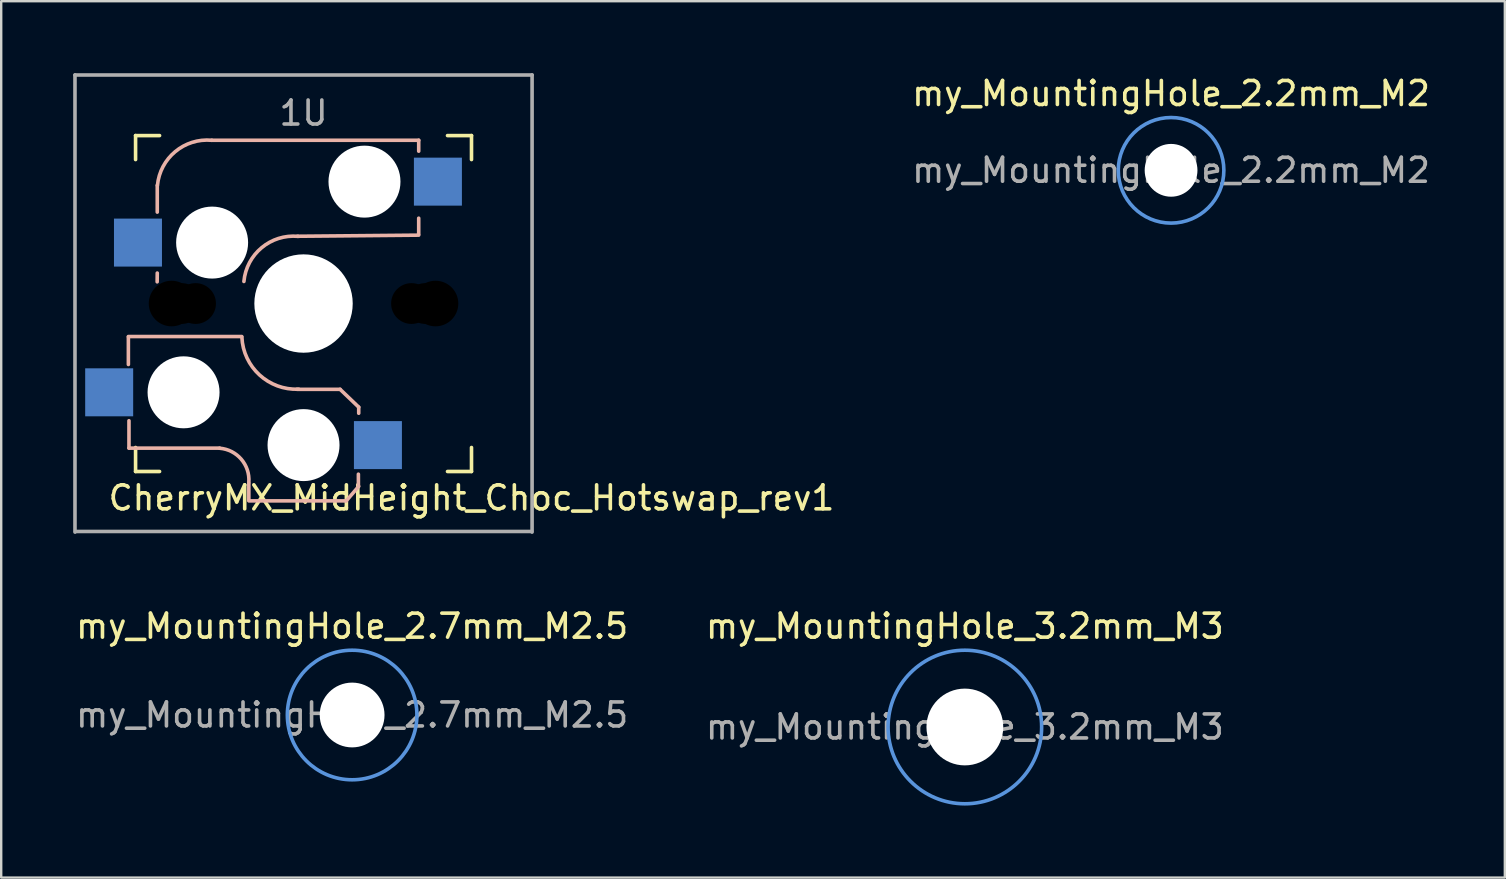
<source format=kicad_pcb>
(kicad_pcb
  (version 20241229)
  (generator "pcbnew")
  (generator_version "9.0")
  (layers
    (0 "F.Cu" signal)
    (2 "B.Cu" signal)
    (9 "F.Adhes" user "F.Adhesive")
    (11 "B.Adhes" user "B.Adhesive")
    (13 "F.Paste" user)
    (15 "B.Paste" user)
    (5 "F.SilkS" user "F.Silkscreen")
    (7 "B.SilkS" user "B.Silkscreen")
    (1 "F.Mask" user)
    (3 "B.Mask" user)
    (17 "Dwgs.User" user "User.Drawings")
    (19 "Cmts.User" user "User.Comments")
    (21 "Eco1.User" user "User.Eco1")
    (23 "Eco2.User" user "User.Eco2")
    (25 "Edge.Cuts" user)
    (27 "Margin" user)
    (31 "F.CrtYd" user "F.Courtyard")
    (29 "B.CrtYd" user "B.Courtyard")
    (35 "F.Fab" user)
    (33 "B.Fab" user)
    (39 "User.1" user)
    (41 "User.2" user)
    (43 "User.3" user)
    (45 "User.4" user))
  (footprint "CherryMX_MidHeight_Choc_Hotswap_rev1"
    (layer "F.Cu")
    (at 9.6 9.6)
    (property "Reference" "CherryMX_MidHeight_Choc_Hotswap_rev1" (at 7 8.1 0) (layer "F.SilkS") (effects (font (size 1 1) (thickness 0.15))))
    (attr smd)
    (fp_line (start -7 -7) (end -7 -6) (stroke (width 0.15) (type solid)) (layer "F.SilkS"))
    (fp_line (start -7 -7) (end -6 -7) (stroke (width 0.15) (type solid)) (layer "F.SilkS"))
    (fp_line (start -7 6) (end -7 7) (stroke (width 0.15) (type solid)) (layer "F.SilkS"))
    (fp_line (start -7 7) (end -6 7) (stroke (width 0.15) (type solid)) (layer "F.SilkS"))
    (fp_line (start 6 -7) (end 7 -7) (stroke (width 0.15) (type solid)) (layer "F.SilkS"))
    (fp_line (start 6 7) (end 7 7) (stroke (width 0.15) (type solid)) (layer "F.SilkS"))
    (fp_line (start 7 -7) (end 7 -6) (stroke (width 0.15) (type solid)) (layer "F.SilkS"))
    (fp_line (start 7 7) (end 7 6) (stroke (width 0.15) (type solid)) (layer "F.SilkS"))
    (fp_line (start -7.3 1.4) (end -7.3 2.54) (stroke (width 0.15) (type solid)) (layer "B.SilkS"))
    (fp_line (start -7.275 4.885) (end -7.275 6.025) (stroke (width 0.15) (type solid)) (layer "B.SilkS"))
    (fp_line (start -6.096 -4.923) (end -6.096 -3.81) (stroke (width 0.15) (type solid)) (layer "B.SilkS"))
    (fp_line (start -6.096 -1.27) (end -6.1 -0.905) (stroke (width 0.15) (type solid)) (layer "B.SilkS"))
    (fp_line (start -3.5 6.025) (end -7.275 6.025) (stroke (width 0.15) (type solid)) (layer "B.SilkS"))
    (fp_line (start -2.575 1.375) (end -7.3 1.375) (stroke (width 0.15) (type solid)) (layer "B.SilkS"))
    (fp_line (start -2.28 7.5) (end -2.28 8.2) (stroke (width 0.15) (type solid)) (layer "B.SilkS"))
    (fp_line (start 1.524 3.575) (end -0.275 3.575) (stroke (width 0.15) (type solid)) (layer "B.SilkS"))
    (fp_line (start 1.524 3.575) (end 2.3 4.318) (stroke (width 0.15) (type solid)) (layer "B.SilkS"))
    (fp_line (start 1.778 8.225) (end -2.275 8.225) (stroke (width 0.15) (type solid)) (layer "B.SilkS"))
    (fp_line (start 2.286 7.112) (end 2.286 7.62) (stroke (width 0.15) (type solid)) (layer "B.SilkS"))
    (fp_line (start 2.3 4.318) (end 2.3 4.572) (stroke (width 0.15) (type solid)) (layer "B.SilkS"))
    (fp_line (start 2.3 7.62) (end 1.778 8.225) (stroke (width 0.15) (type solid)) (layer "B.SilkS"))
    (fp_line (start 4.8 -6.804) (end -3.825 -6.804) (stroke (width 0.15) (type solid)) (layer "B.SilkS"))
    (fp_line (start 4.8 -6.35) (end 4.8 -6.804) (stroke (width 0.15) (type solid)) (layer "B.SilkS"))
    (fp_line (start 4.8 -2.896) (end 4.8 -3.556) (stroke (width 0.15) (type solid)) (layer "B.SilkS"))
    (fp_line (start 4.8 -2.85) (end -0.25 -2.804) (stroke (width 0.15) (type solid)) (layer "B.SilkS"))
    (fp_arc (start -6.089 -4.92) (mid -5.347189 -6.33089) (end -3.825 -6.804) (stroke (width 0.15) (type solid)) (layer "B.SilkS"))
    (fp_arc (start -3.5 6.03) (mid -2.595908 6.48733) (end -2.28 7.45) (stroke (width 0.15) (type solid)) (layer "B.SilkS"))
    (fp_arc (start -2.485 -0.92) (mid -1.744361 -2.328061) (end -0.225 -2.8) (stroke (width 0.15) (type solid)) (layer "B.SilkS"))
    (fp_arc (start -0.2 3.57) (mid -1.834422 2.975843) (end -2.57 1.4) (stroke (width 0.15) (type solid)) (layer "B.SilkS"))
    (fp_line (start -9.525 -9.525) (end 9.525 -9.525) (stroke (width 0.15) (type solid)) (layer "F.Fab"))
    (fp_line (start -9.525 9.525) (end -9.525 -9.525) (stroke (width 0.15) (type solid)) (layer "F.Fab"))
    (fp_line (start 9.5 9.5) (end -9.5 9.5) (stroke (width 0.15) (type solid)) (layer "F.Fab"))
    (fp_line (start 9.525 -9.525) (end 9.525 9.525) (stroke (width 0.15) (type solid)) (layer "F.Fab"))
    (fp_text user "1U" (at 0 -7.938 0) (layer "F.Fab") (effects (font (size 1 1) (thickness 0.15))))
    (pad "" np_thru_hole circle (at -5.5 0 90) (size 1.9 1.9) (drill 1.9) (layers "*.Mask"))
    (pad "" np_thru_hole circle (at -5.08 0) (size 1.7 1.7) (drill 1.7) (layers "*.Mask"))
    (pad "" np_thru_hole circle (at -5 3.7 90) (size 3 3) (drill 3) (layers "*.Cu" "*.Mask"))
    (pad "" np_thru_hole circle (at -4.5 0) (size 1.7 1.7) (drill 1.7) (layers "*.Mask"))
    (pad "" np_thru_hole circle (at -3.81 -2.54 180) (size 3 3) (drill 3) (layers "*.Cu" "*.Mask"))
    (pad "" np_thru_hole circle (at 0 0 90) (size 4.1 4.1) (drill 4.1) (layers "*.Cu" "*.Mask"))
    (pad "" np_thru_hole circle (at 0 5.9 90) (size 3 3) (drill 3) (layers "*.Cu" "*.Mask"))
    (pad "" np_thru_hole circle (at 2.54 -5.08 180) (size 3 3) (drill 3) (layers "*.Cu" "*.Mask"))
    (pad "" np_thru_hole circle (at 4.5 0) (size 1.7 1.7) (drill 1.7) (layers "*.Mask"))
    (pad "" np_thru_hole circle (at 5.08 0) (size 1.7 1.7) (drill 1.7) (layers "*.Mask"))
    (pad "" np_thru_hole circle (at 5.5 0 90) (size 1.9 1.9) (drill 1.9) (layers "*.Mask"))
    (pad "1" smd rect (at 3.1 5.9 180) (size 2 2) (layers "B.Cu" "B.Mask" "B.Paste"))
    (pad "1" smd rect (at 5.6 -5.08 180) (size 2 2) (layers "B.Cu" "B.Mask" "B.Paste"))
    (pad "2" smd rect (at -8.1 3.7 180) (size 2 2) (layers "B.Cu" "B.Mask" "B.Paste"))
    (pad "2" smd rect (at -6.9 -2.54 180) (size 2 2) (layers "B.Cu" "B.Mask" "B.Paste")))
  (footprint "my_MountingHole_2.7mm_M2.5"
    (layer "F.Cu")
    (at 11.625 26.748)
    (property "Reference" "my_MountingHole_2.7mm_M2.5" (at 0 -3.7 0) (layer "F.SilkS") (effects (font (size 1 1) (thickness 0.15))))
    (attr exclude_from_pos_files exclude_from_bom allow_missing_courtyard)
    (fp_circle (center 0 0) (end 2.7 0) (stroke (width 0.15) (type solid)) (fill no) (layer "Cmts.User"))
    (fp_text user "${REFERENCE}" (at 0 0 0) (layer "F.Fab") (effects (font (size 1 1) (thickness 0.15))))
    (pad "" np_thru_hole circle (at 0 0) (size 2.7 2.7) (drill 2.7) (layers "*.Cu" "*.Mask")))
  (footprint "my_MountingHole_2.2mm_M2"
    (layer "F.Cu")
    (at 45.755 4.048)
    (property "Reference" "my_MountingHole_2.2mm_M2" (at 0 -3.2 0) (layer "F.SilkS") (effects (font (size 1 1) (thickness 0.15))))
    (attr exclude_from_pos_files exclude_from_bom allow_missing_courtyard)
    (fp_circle (center 0 0) (end 2.2 0) (stroke (width 0.15) (type solid)) (fill no) (layer "Cmts.User"))
    (fp_text user "${REFERENCE}" (at 0 0 0) (layer "F.Fab") (effects (font (size 1 1) (thickness 0.15))))
    (pad "" np_thru_hole circle (at 0 0) (size 2.2 2.2) (drill 2.2) (layers "*.Cu" "*.Mask")))
  (footprint "my_MountingHole_3.2mm_M3"
    (layer "F.Cu")
    (at 37.161 27.248)
    (property "Reference" "my_MountingHole_3.2mm_M3" (at 0 -4.2 0) (layer "F.SilkS") (effects (font (size 1 1) (thickness 0.15))))
    (attr exclude_from_pos_files exclude_from_bom allow_missing_courtyard)
    (fp_circle (center 0 0) (end 3.2 0) (stroke (width 0.15) (type solid)) (fill no) (layer "Cmts.User"))
    (fp_text user "${REFERENCE}" (at 0 0 0) (layer "F.Fab") (effects (font (size 1 1) (thickness 0.15))))
    (pad "" np_thru_hole circle (at 0 0) (size 3.2 3.2) (drill 3.2) (layers "*.Cu" "*.Mask")))
  (gr_rect
    (start -3 -3)
    (end 59.665 33.523)
    (stroke (width 0.1) (type default))
    (fill no)
    (layer "Edge.Cuts")))
</source>
